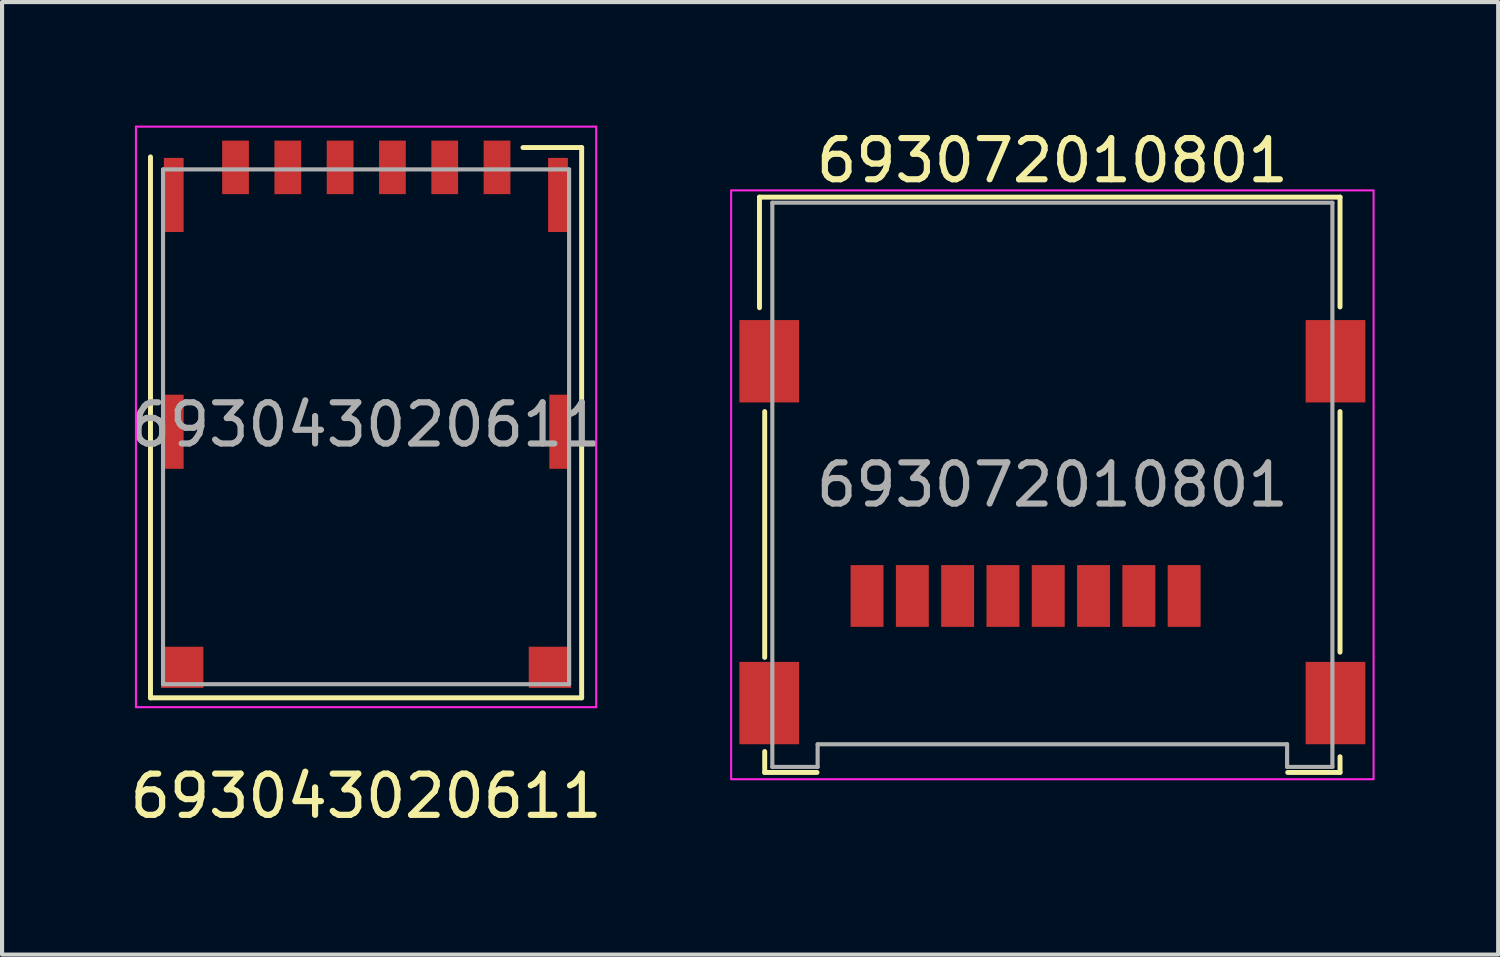
<source format=kicad_pcb>
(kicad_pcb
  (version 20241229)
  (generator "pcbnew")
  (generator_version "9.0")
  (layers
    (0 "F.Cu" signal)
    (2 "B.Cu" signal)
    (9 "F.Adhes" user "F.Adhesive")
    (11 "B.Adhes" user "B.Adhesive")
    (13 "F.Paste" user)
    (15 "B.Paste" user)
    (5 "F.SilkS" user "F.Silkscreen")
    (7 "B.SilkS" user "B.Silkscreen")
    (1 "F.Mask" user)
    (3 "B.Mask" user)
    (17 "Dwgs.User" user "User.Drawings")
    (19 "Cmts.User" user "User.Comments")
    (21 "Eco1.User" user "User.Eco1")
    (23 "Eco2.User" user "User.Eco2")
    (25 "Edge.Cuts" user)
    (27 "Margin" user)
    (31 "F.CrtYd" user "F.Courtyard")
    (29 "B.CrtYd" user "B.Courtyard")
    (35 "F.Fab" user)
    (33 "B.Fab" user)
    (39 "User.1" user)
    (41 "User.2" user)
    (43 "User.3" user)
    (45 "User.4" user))
  (footprint "693043020611"
    (layer "F.Cu")
    (at 5.839 7.264)
    (property "Reference" "693043020611" (at 0 9.017 0) (layer "F.SilkS") (effects (font (size 1 1) (thickness 0.15))))
    (fp_line (start -5.235 6.631) (end -5.235 -6.504) (stroke (width 0.12) (type solid)) (layer "F.SilkS"))
    (fp_line (start 5.235 -6.731) (end 3.81 -6.731) (stroke (width 0.12) (type solid)) (layer "F.SilkS"))
    (fp_line (start 5.235 6.631) (end -5.235 6.631) (stroke (width 0.12) (type solid)) (layer "F.SilkS"))
    (fp_line (start 5.235 6.631) (end 5.235 -6.731) (stroke (width 0.12) (type solid)) (layer "F.SilkS"))
    (fp_line (start -5.588 -7.239) (end 5.588 -7.239) (stroke (width 0.05) (type solid)) (layer "F.CrtYd"))
    (fp_line (start -5.588 6.858) (end -5.588 -7.239) (stroke (width 0.05) (type solid)) (layer "F.CrtYd"))
    (fp_line (start 5.588 -7.239) (end 5.588 6.858) (stroke (width 0.05) (type solid)) (layer "F.CrtYd"))
    (fp_line (start 5.588 6.858) (end -5.588 6.858) (stroke (width 0.05) (type solid)) (layer "F.CrtYd"))
    (fp_line (start -4.93 -6.2) (end 4.93 -6.2) (stroke (width 0.1) (type solid)) (layer "F.Fab"))
    (fp_line (start -4.93 6.3) (end -4.93 -6.2) (stroke (width 0.1) (type solid)) (layer "F.Fab"))
    (fp_line (start 4.93 -6.2) (end 4.93 6.3) (stroke (width 0.1) (type solid)) (layer "F.Fab"))
    (fp_line (start 4.93 6.3) (end -4.93 6.3) (stroke (width 0.1) (type solid)) (layer "F.Fab"))
    (fp_text user "${REFERENCE}" (at 0 0 0) (layer "F.Fab") (effects (font (size 1 1) (thickness 0.15))))
    (pad "1" smd rect (at 1.91 -6.25) (size 0.65 1.3) (layers "F.Cu" "F.Mask" "F.Paste"))
    (pad "2" smd rect (at -0.63 -6.25) (size 0.65 1.3) (layers "F.Cu" "F.Mask" "F.Paste"))
    (pad "3" smd rect (at -1.9 -6.25) (size 0.65 1.3) (layers "F.Cu" "F.Mask" "F.Paste"))
    (pad "5" smd rect (at 3.18 -6.25) (size 0.65 1.3) (layers "F.Cu" "F.Mask" "F.Paste"))
    (pad "6" smd rect (at 0.64 -6.25) (size 0.65 1.3) (layers "F.Cu" "F.Mask" "F.Paste"))
    (pad "7" smd rect (at -3.17 -6.25) (size 0.65 1.3) (layers "F.Cu" "F.Mask" "F.Paste"))
    (pad "MNT1" smd rect (at -4.67 -5.58) (size 0.48 1.8) (layers "F.Cu" "F.Mask" "F.Paste"))
    (pad "MNT2" smd rect (at 4.66 -5.58) (size 0.48 1.8) (layers "F.Cu" "F.Mask" "F.Paste"))
    (pad "MNT3" smd rect (at -4.67 0.17) (size 0.48 1.8) (layers "F.Cu" "F.Mask" "F.Paste"))
    (pad "MNT4" smd rect (at 4.69 0.17) (size 0.48 1.8) (layers "F.Cu" "F.Mask" "F.Paste"))
    (pad "MNT5" smd rect (at -4.465 5.89) (size 1.03 1) (layers "F.Cu" "F.Mask" "F.Paste"))
    (pad "MNT6" smd rect (at 4.465 5.89) (size 1.03 1) (layers "F.Cu" "F.Mask" "F.Paste")))
  (footprint "693072010801"
    (layer "F.Cu")
    (at 22.504 8.722)
    (property "Reference" "693072010801" (at 0 -7.874 0) (layer "F.SilkS") (effects (font (size 1 1) (thickness 0.15))))
    (fp_line (start -7.112 -6.985) (end 6.985 -6.985) (stroke (width 0.12) (type solid)) (layer "F.SilkS"))
    (fp_line (start -7.112 -4.3) (end -7.112 -6.985) (stroke (width 0.12) (type solid)) (layer "F.SilkS"))
    (fp_line (start -6.985 -1.778) (end -6.985 4.191) (stroke (width 0.12) (type solid)) (layer "F.SilkS"))
    (fp_line (start -6.985 6.477) (end -6.985 6.985) (stroke (width 0.12) (type solid)) (layer "F.SilkS"))
    (fp_line (start -5.715 6.985) (end -6.985 6.985) (stroke (width 0.12) (type solid)) (layer "F.SilkS"))
    (fp_line (start 5.715 6.985) (end 6.985 6.985) (stroke (width 0.12) (type solid)) (layer "F.SilkS"))
    (fp_line (start 6.985 -6.985) (end 6.985 -4.318) (stroke (width 0.12) (type solid)) (layer "F.SilkS"))
    (fp_line (start 6.985 4.064) (end 6.985 -1.778) (stroke (width 0.12) (type solid)) (layer "F.SilkS"))
    (fp_line (start 6.985 6.985) (end 6.985 6.604) (stroke (width 0.12) (type solid)) (layer "F.SilkS"))
    (fp_poly (pts (xy -7.8 -7.15) (xy 7.8 -7.15) (xy 7.8 7.15) (xy -7.8 7.15)) (stroke (width 0.05) (type solid)) (fill no) (layer "F.CrtYd"))
    (fp_line (start -6.8 -6.85) (end 6.8 -6.85) (stroke (width 0.1) (type solid)) (layer "F.Fab"))
    (fp_line (start -6.8 6.85) (end -6.8 -6.85) (stroke (width 0.1) (type solid)) (layer "F.Fab"))
    (fp_line (start -5.7 6.3) (end 5.7 6.3) (stroke (width 0.1) (type solid)) (layer "F.Fab"))
    (fp_line (start -5.7 6.85) (end -6.8 6.85) (stroke (width 0.1) (type solid)) (layer "F.Fab"))
    (fp_line (start -5.7 6.85) (end -5.7 6.3) (stroke (width 0.1) (type solid)) (layer "F.Fab"))
    (fp_line (start 5.7 6.3) (end 5.7 6.85) (stroke (width 0.1) (type solid)) (layer "F.Fab"))
    (fp_line (start 6.8 -6.85) (end 6.8 6.85) (stroke (width 0.1) (type solid)) (layer "F.Fab"))
    (fp_line (start 6.8 6.85) (end 5.7 6.85) (stroke (width 0.1) (type solid)) (layer "F.Fab"))
    (fp_text user "${REFERENCE}" (at 0 0 0) (layer "F.Fab") (effects (font (size 1 1) (thickness 0.15))))
    (pad "1" smd rect (at 3.2 2.7) (size 0.8 1.5) (layers "F.Cu" "F.Mask" "F.Paste"))
    (pad "2" smd rect (at 2.1 2.7) (size 0.8 1.5) (layers "F.Cu" "F.Mask" "F.Paste"))
    (pad "3" smd rect (at 1 2.7) (size 0.8 1.5) (layers "F.Cu" "F.Mask" "F.Paste"))
    (pad "4" smd rect (at -0.1 2.7) (size 0.8 1.5) (layers "F.Cu" "F.Mask" "F.Paste"))
    (pad "5" smd rect (at -1.2 2.7) (size 0.8 1.5) (layers "F.Cu" "F.Mask" "F.Paste"))
    (pad "6" smd rect (at -2.3 2.7) (size 0.8 1.5) (layers "F.Cu" "F.Mask" "F.Paste"))
    (pad "7" smd rect (at -3.4 2.7) (size 0.8 1.5) (layers "F.Cu" "F.Mask" "F.Paste"))
    (pad "8" smd rect (at -4.5 2.7) (size 0.8 1.5) (layers "F.Cu" "F.Mask" "F.Paste"))
    (pad "9" smd rect (at -6.875 -3) (size 1.45 2) (layers "F.Cu" "F.Mask" "F.Paste"))
    (pad "9" smd rect (at -6.875 5.3) (size 1.45 2) (layers "F.Cu" "F.Mask" "F.Paste"))
    (pad "9" smd rect (at 6.875 -3) (size 1.45 2) (layers "F.Cu" "F.Mask" "F.Paste"))
    (pad "9" smd rect (at 6.875 5.3) (size 1.45 2) (layers "F.Cu" "F.Mask" "F.Paste")))
  (gr_rect
    (start -3 -3)
    (end 33.329 20.129)
    (stroke (width 0.1) (type default))
    (fill no)
    (layer "Edge.Cuts")))
</source>
